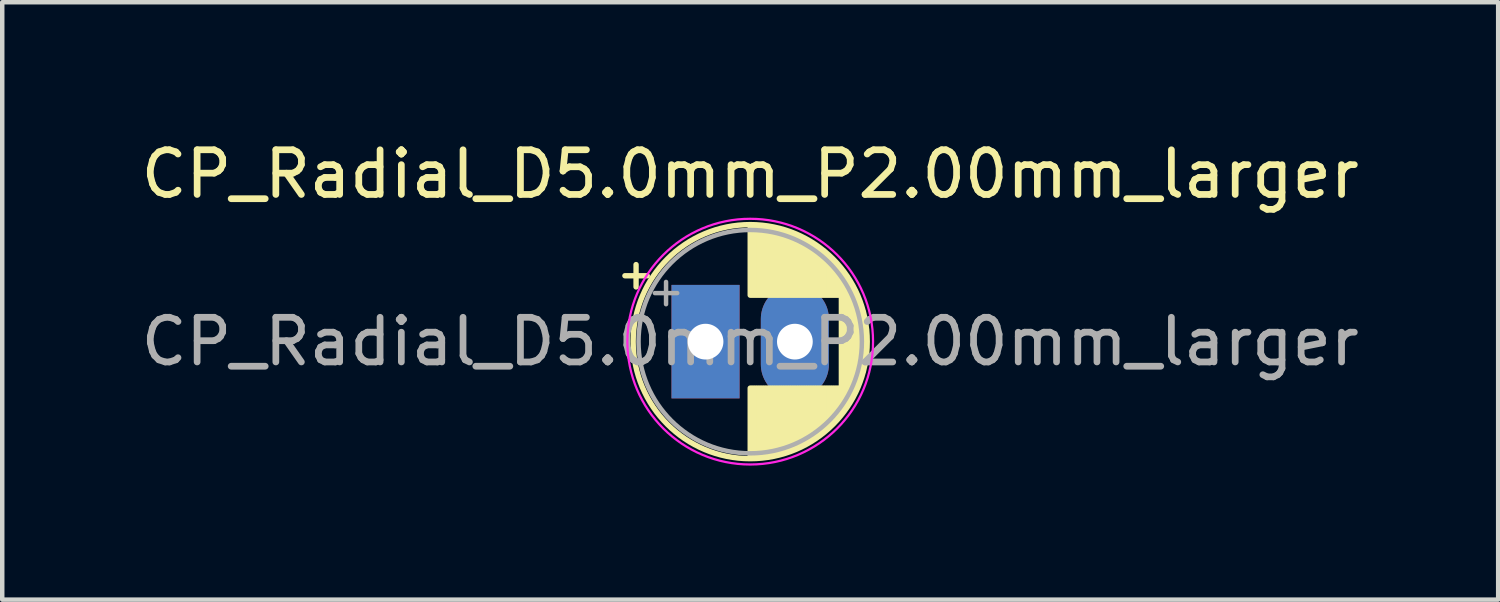
<source format=kicad_pcb>
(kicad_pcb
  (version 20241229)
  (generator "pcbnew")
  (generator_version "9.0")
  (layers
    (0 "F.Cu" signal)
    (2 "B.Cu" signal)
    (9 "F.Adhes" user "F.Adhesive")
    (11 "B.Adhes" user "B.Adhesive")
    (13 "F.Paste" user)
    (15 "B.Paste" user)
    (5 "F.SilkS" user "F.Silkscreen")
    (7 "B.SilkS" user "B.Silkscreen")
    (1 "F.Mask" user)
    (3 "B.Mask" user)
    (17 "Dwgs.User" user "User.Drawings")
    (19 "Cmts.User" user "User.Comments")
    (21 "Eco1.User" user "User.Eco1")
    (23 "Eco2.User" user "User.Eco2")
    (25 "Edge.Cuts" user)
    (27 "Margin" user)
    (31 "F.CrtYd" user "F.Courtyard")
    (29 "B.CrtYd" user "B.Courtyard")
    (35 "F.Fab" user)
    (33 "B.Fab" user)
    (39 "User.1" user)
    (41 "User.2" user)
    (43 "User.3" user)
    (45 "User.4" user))
  (footprint "CP_Radial_D5.0mm_P2.00mm_larger"
    (layer "F.Cu")
    (at 12.744 4.598)
    (property "Reference" "CP_Radial_D5.0mm_P2.00mm_larger" (at 1 -3.75 0) (layer "F.SilkS") (effects (font (size 1 1) (thickness 0.15))))
    (attr through_hole)
    (fp_line (start -1.805 -1.475) (end -1.305 -1.475) (stroke (width 0.12) (type solid)) (layer "F.SilkS"))
    (fp_line (start -1.555 -1.725) (end -1.555 -1.225) (stroke (width 0.12) (type solid)) (layer "F.SilkS"))
    (fp_line (start 1 -2.58) (end 1 -1.04) (stroke (width 0.12) (type solid)) (layer "F.SilkS"))
    (fp_line (start 1 1.04) (end 1 2.58) (stroke (width 0.12) (type solid)) (layer "F.SilkS"))
    (fp_line (start 1.04 -2.58) (end 1.04 -1.04) (stroke (width 0.12) (type solid)) (layer "F.SilkS"))
    (fp_line (start 1.04 1.04) (end 1.04 2.58) (stroke (width 0.12) (type solid)) (layer "F.SilkS"))
    (fp_line (start 1.08 -2.579) (end 1.08 -1.04) (stroke (width 0.12) (type solid)) (layer "F.SilkS"))
    (fp_line (start 1.08 1.04) (end 1.08 2.579) (stroke (width 0.12) (type solid)) (layer "F.SilkS"))
    (fp_line (start 1.12 -2.578) (end 1.12 -1.04) (stroke (width 0.12) (type solid)) (layer "F.SilkS"))
    (fp_line (start 1.12 1.04) (end 1.12 2.578) (stroke (width 0.12) (type solid)) (layer "F.SilkS"))
    (fp_line (start 1.16 -2.576) (end 1.16 -1.04) (stroke (width 0.12) (type solid)) (layer "F.SilkS"))
    (fp_line (start 1.16 1.04) (end 1.16 2.576) (stroke (width 0.12) (type solid)) (layer "F.SilkS"))
    (fp_line (start 1.2 -2.573) (end 1.2 -1.04) (stroke (width 0.12) (type solid)) (layer "F.SilkS"))
    (fp_line (start 1.2 1.04) (end 1.2 2.573) (stroke (width 0.12) (type solid)) (layer "F.SilkS"))
    (fp_line (start 1.24 -2.569) (end 1.24 -1.04) (stroke (width 0.12) (type solid)) (layer "F.SilkS"))
    (fp_line (start 1.24 1.04) (end 1.24 2.569) (stroke (width 0.12) (type solid)) (layer "F.SilkS"))
    (fp_line (start 1.28 -2.565) (end 1.28 -1.04) (stroke (width 0.12) (type solid)) (layer "F.SilkS"))
    (fp_line (start 1.28 1.04) (end 1.28 2.565) (stroke (width 0.12) (type solid)) (layer "F.SilkS"))
    (fp_line (start 1.32 -2.561) (end 1.32 -1.04) (stroke (width 0.12) (type solid)) (layer "F.SilkS"))
    (fp_line (start 1.32 1.04) (end 1.32 2.561) (stroke (width 0.12) (type solid)) (layer "F.SilkS"))
    (fp_line (start 1.36 -2.556) (end 1.36 -1.04) (stroke (width 0.12) (type solid)) (layer "F.SilkS"))
    (fp_line (start 1.36 1.04) (end 1.36 2.556) (stroke (width 0.12) (type solid)) (layer "F.SilkS"))
    (fp_line (start 1.4 -2.55) (end 1.4 -1.04) (stroke (width 0.12) (type solid)) (layer "F.SilkS"))
    (fp_line (start 1.4 1.04) (end 1.4 2.55) (stroke (width 0.12) (type solid)) (layer "F.SilkS"))
    (fp_line (start 1.44 -2.543) (end 1.44 -1.04) (stroke (width 0.12) (type solid)) (layer "F.SilkS"))
    (fp_line (start 1.44 1.04) (end 1.44 2.543) (stroke (width 0.12) (type solid)) (layer "F.SilkS"))
    (fp_line (start 1.48 -2.536) (end 1.48 -1.04) (stroke (width 0.12) (type solid)) (layer "F.SilkS"))
    (fp_line (start 1.48 1.04) (end 1.48 2.536) (stroke (width 0.12) (type solid)) (layer "F.SilkS"))
    (fp_line (start 1.52 -2.528) (end 1.52 -1.04) (stroke (width 0.12) (type solid)) (layer "F.SilkS"))
    (fp_line (start 1.52 1.04) (end 1.52 2.528) (stroke (width 0.12) (type solid)) (layer "F.SilkS"))
    (fp_line (start 1.56 -2.52) (end 1.56 -1.04) (stroke (width 0.12) (type solid)) (layer "F.SilkS"))
    (fp_line (start 1.56 1.04) (end 1.56 2.52) (stroke (width 0.12) (type solid)) (layer "F.SilkS"))
    (fp_line (start 1.6 -2.511) (end 1.6 -1.04) (stroke (width 0.12) (type solid)) (layer "F.SilkS"))
    (fp_line (start 1.6 1.04) (end 1.6 2.511) (stroke (width 0.12) (type solid)) (layer "F.SilkS"))
    (fp_line (start 1.64 -2.501) (end 1.64 -1.04) (stroke (width 0.12) (type solid)) (layer "F.SilkS"))
    (fp_line (start 1.64 1.04) (end 1.64 2.501) (stroke (width 0.12) (type solid)) (layer "F.SilkS"))
    (fp_line (start 1.68 -2.491) (end 1.68 -1.04) (stroke (width 0.12) (type solid)) (layer "F.SilkS"))
    (fp_line (start 1.68 1.04) (end 1.68 2.491) (stroke (width 0.12) (type solid)) (layer "F.SilkS"))
    (fp_line (start 1.721 -2.48) (end 1.721 -1.04) (stroke (width 0.12) (type solid)) (layer "F.SilkS"))
    (fp_line (start 1.721 1.04) (end 1.721 2.48) (stroke (width 0.12) (type solid)) (layer "F.SilkS"))
    (fp_line (start 1.761 -2.468) (end 1.761 -1.04) (stroke (width 0.12) (type solid)) (layer "F.SilkS"))
    (fp_line (start 1.761 1.04) (end 1.761 2.468) (stroke (width 0.12) (type solid)) (layer "F.SilkS"))
    (fp_line (start 1.801 -2.455) (end 1.801 -1.04) (stroke (width 0.12) (type solid)) (layer "F.SilkS"))
    (fp_line (start 1.801 1.04) (end 1.801 2.455) (stroke (width 0.12) (type solid)) (layer "F.SilkS"))
    (fp_line (start 1.841 -2.442) (end 1.841 -1.04) (stroke (width 0.12) (type solid)) (layer "F.SilkS"))
    (fp_line (start 1.841 1.04) (end 1.841 2.442) (stroke (width 0.12) (type solid)) (layer "F.SilkS"))
    (fp_line (start 1.881 -2.428) (end 1.881 -1.04) (stroke (width 0.12) (type solid)) (layer "F.SilkS"))
    (fp_line (start 1.881 1.04) (end 1.881 2.428) (stroke (width 0.12) (type solid)) (layer "F.SilkS"))
    (fp_line (start 1.921 -2.414) (end 1.921 -1.04) (stroke (width 0.12) (type solid)) (layer "F.SilkS"))
    (fp_line (start 1.921 1.04) (end 1.921 2.414) (stroke (width 0.12) (type solid)) (layer "F.SilkS"))
    (fp_line (start 1.961 -2.398) (end 1.961 -1.04) (stroke (width 0.12) (type solid)) (layer "F.SilkS"))
    (fp_line (start 1.961 1.04) (end 1.961 2.398) (stroke (width 0.12) (type solid)) (layer "F.SilkS"))
    (fp_line (start 2.001 -2.382) (end 2.001 -1.04) (stroke (width 0.12) (type solid)) (layer "F.SilkS"))
    (fp_line (start 2.001 1.04) (end 2.001 2.382) (stroke (width 0.12) (type solid)) (layer "F.SilkS"))
    (fp_line (start 2.041 -2.365) (end 2.041 -1.04) (stroke (width 0.12) (type solid)) (layer "F.SilkS"))
    (fp_line (start 2.041 1.04) (end 2.041 2.365) (stroke (width 0.12) (type solid)) (layer "F.SilkS"))
    (fp_line (start 2.081 -2.348) (end 2.081 -1.04) (stroke (width 0.12) (type solid)) (layer "F.SilkS"))
    (fp_line (start 2.081 1.04) (end 2.081 2.348) (stroke (width 0.12) (type solid)) (layer "F.SilkS"))
    (fp_line (start 2.121 -2.329) (end 2.121 -1.04) (stroke (width 0.12) (type solid)) (layer "F.SilkS"))
    (fp_line (start 2.121 1.04) (end 2.121 2.329) (stroke (width 0.12) (type solid)) (layer "F.SilkS"))
    (fp_line (start 2.161 -2.31) (end 2.161 -1.04) (stroke (width 0.12) (type solid)) (layer "F.SilkS"))
    (fp_line (start 2.161 1.04) (end 2.161 2.31) (stroke (width 0.12) (type solid)) (layer "F.SilkS"))
    (fp_line (start 2.201 -2.29) (end 2.201 -1.04) (stroke (width 0.12) (type solid)) (layer "F.SilkS"))
    (fp_line (start 2.201 1.04) (end 2.201 2.29) (stroke (width 0.12) (type solid)) (layer "F.SilkS"))
    (fp_line (start 2.241 -2.268) (end 2.241 -1.04) (stroke (width 0.12) (type solid)) (layer "F.SilkS"))
    (fp_line (start 2.241 1.04) (end 2.241 2.268) (stroke (width 0.12) (type solid)) (layer "F.SilkS"))
    (fp_line (start 2.281 -2.247) (end 2.281 -1.04) (stroke (width 0.12) (type solid)) (layer "F.SilkS"))
    (fp_line (start 2.281 1.04) (end 2.281 2.247) (stroke (width 0.12) (type solid)) (layer "F.SilkS"))
    (fp_line (start 2.321 -2.224) (end 2.321 -1.04) (stroke (width 0.12) (type solid)) (layer "F.SilkS"))
    (fp_line (start 2.321 1.04) (end 2.321 2.224) (stroke (width 0.12) (type solid)) (layer "F.SilkS"))
    (fp_line (start 2.361 -2.2) (end 2.361 -1.04) (stroke (width 0.12) (type solid)) (layer "F.SilkS"))
    (fp_line (start 2.361 1.04) (end 2.361 2.2) (stroke (width 0.12) (type solid)) (layer "F.SilkS"))
    (fp_line (start 2.401 -2.175) (end 2.401 -1.04) (stroke (width 0.12) (type solid)) (layer "F.SilkS"))
    (fp_line (start 2.401 1.04) (end 2.401 2.175) (stroke (width 0.12) (type solid)) (layer "F.SilkS"))
    (fp_line (start 2.441 -2.149) (end 2.441 -1.04) (stroke (width 0.12) (type solid)) (layer "F.SilkS"))
    (fp_line (start 2.441 1.04) (end 2.441 2.149) (stroke (width 0.12) (type solid)) (layer "F.SilkS"))
    (fp_line (start 2.481 -2.122) (end 2.481 -1.04) (stroke (width 0.12) (type solid)) (layer "F.SilkS"))
    (fp_line (start 2.481 1.04) (end 2.481 2.122) (stroke (width 0.12) (type solid)) (layer "F.SilkS"))
    (fp_line (start 2.521 -2.095) (end 2.521 -1.04) (stroke (width 0.12) (type solid)) (layer "F.SilkS"))
    (fp_line (start 2.521 1.04) (end 2.521 2.095) (stroke (width 0.12) (type solid)) (layer "F.SilkS"))
    (fp_line (start 2.561 -2.065) (end 2.561 -1.04) (stroke (width 0.12) (type solid)) (layer "F.SilkS"))
    (fp_line (start 2.561 1.04) (end 2.561 2.065) (stroke (width 0.12) (type solid)) (layer "F.SilkS"))
    (fp_line (start 2.601 -2.035) (end 2.601 -1.04) (stroke (width 0.12) (type solid)) (layer "F.SilkS"))
    (fp_line (start 2.601 1.04) (end 2.601 2.035) (stroke (width 0.12) (type solid)) (layer "F.SilkS"))
    (fp_line (start 2.641 -2.004) (end 2.641 -1.04) (stroke (width 0.12) (type solid)) (layer "F.SilkS"))
    (fp_line (start 2.641 1.04) (end 2.641 2.004) (stroke (width 0.12) (type solid)) (layer "F.SilkS"))
    (fp_line (start 2.681 -1.971) (end 2.681 -1.04) (stroke (width 0.12) (type solid)) (layer "F.SilkS"))
    (fp_line (start 2.681 1.04) (end 2.681 1.971) (stroke (width 0.12) (type solid)) (layer "F.SilkS"))
    (fp_line (start 2.721 -1.937) (end 2.721 -1.04) (stroke (width 0.12) (type solid)) (layer "F.SilkS"))
    (fp_line (start 2.721 1.04) (end 2.721 1.937) (stroke (width 0.12) (type solid)) (layer "F.SilkS"))
    (fp_line (start 2.761 -1.901) (end 2.761 -1.04) (stroke (width 0.12) (type solid)) (layer "F.SilkS"))
    (fp_line (start 2.761 1.04) (end 2.761 1.901) (stroke (width 0.12) (type solid)) (layer "F.SilkS"))
    (fp_line (start 2.801 -1.864) (end 2.801 -1.04) (stroke (width 0.12) (type solid)) (layer "F.SilkS"))
    (fp_line (start 2.801 1.04) (end 2.801 1.864) (stroke (width 0.12) (type solid)) (layer "F.SilkS"))
    (fp_line (start 2.841 -1.826) (end 2.841 -1.04) (stroke (width 0.12) (type solid)) (layer "F.SilkS"))
    (fp_line (start 2.841 1.04) (end 2.841 1.826) (stroke (width 0.12) (type solid)) (layer "F.SilkS"))
    (fp_line (start 2.881 -1.785) (end 2.881 -1.04) (stroke (width 0.12) (type solid)) (layer "F.SilkS"))
    (fp_line (start 2.881 1.04) (end 2.881 1.785) (stroke (width 0.12) (type solid)) (layer "F.SilkS"))
    (fp_line (start 2.921 -1.743) (end 2.921 -1.04) (stroke (width 0.12) (type solid)) (layer "F.SilkS"))
    (fp_line (start 2.921 1.04) (end 2.921 1.743) (stroke (width 0.12) (type solid)) (layer "F.SilkS"))
    (fp_line (start 2.961 -1.699) (end 2.961 -1.04) (stroke (width 0.12) (type solid)) (layer "F.SilkS"))
    (fp_line (start 2.961 1.04) (end 2.961 1.699) (stroke (width 0.12) (type solid)) (layer "F.SilkS"))
    (fp_line (start 3.001 -1.653) (end 3.001 -1.04) (stroke (width 0.12) (type solid)) (layer "F.SilkS"))
    (fp_line (start 3.001 1.04) (end 3.001 1.653) (stroke (width 0.12) (type solid)) (layer "F.SilkS"))
    (fp_line (start 3.041 -1.605) (end 3.041 1.605) (stroke (width 0.12) (type solid)) (layer "F.SilkS"))
    (fp_line (start 3.081 -1.554) (end 3.081 1.554) (stroke (width 0.12) (type solid)) (layer "F.SilkS"))
    (fp_line (start 3.121 -1.5) (end 3.121 1.5) (stroke (width 0.12) (type solid)) (layer "F.SilkS"))
    (fp_line (start 3.161 -1.443) (end 3.161 1.443) (stroke (width 0.12) (type solid)) (layer "F.SilkS"))
    (fp_line (start 3.201 -1.383) (end 3.201 1.383) (stroke (width 0.12) (type solid)) (layer "F.SilkS"))
    (fp_line (start 3.241 -1.319) (end 3.241 1.319) (stroke (width 0.12) (type solid)) (layer "F.SilkS"))
    (fp_line (start 3.281 -1.251) (end 3.281 1.251) (stroke (width 0.12) (type solid)) (layer "F.SilkS"))
    (fp_line (start 3.321 -1.178) (end 3.321 1.178) (stroke (width 0.12) (type solid)) (layer "F.SilkS"))
    (fp_line (start 3.361 -1.098) (end 3.361 1.098) (stroke (width 0.12) (type solid)) (layer "F.SilkS"))
    (fp_line (start 3.401 -1.011) (end 3.401 1.011) (stroke (width 0.12) (type solid)) (layer "F.SilkS"))
    (fp_line (start 3.441 -0.915) (end 3.441 0.915) (stroke (width 0.12) (type solid)) (layer "F.SilkS"))
    (fp_line (start 3.481 -0.805) (end 3.481 0.805) (stroke (width 0.12) (type solid)) (layer "F.SilkS"))
    (fp_line (start 3.521 -0.677) (end 3.521 0.677) (stroke (width 0.12) (type solid)) (layer "F.SilkS"))
    (fp_line (start 3.561 -0.518) (end 3.561 0.518) (stroke (width 0.12) (type solid)) (layer "F.SilkS"))
    (fp_line (start 3.601 -0.284) (end 3.601 0.284) (stroke (width 0.12) (type solid)) (layer "F.SilkS"))
    (fp_circle (center 1 0) (end 3.62 0) (stroke (width 0.12) (type solid)) (fill no) (layer "F.SilkS"))
    (fp_circle (center 1 0) (end 3.75 0) (stroke (width 0.05) (type solid)) (fill no) (layer "F.CrtYd"))
    (fp_line (start -1.134 -1.087) (end -0.634 -1.087) (stroke (width 0.1) (type solid)) (layer "F.Fab"))
    (fp_line (start -0.884 -1.337) (end -0.884 -0.838) (stroke (width 0.1) (type solid)) (layer "F.Fab"))
    (fp_circle (center 1 0) (end 3.5 0) (stroke (width 0.1) (type solid)) (fill no) (layer "F.Fab"))
    (fp_text user "${REFERENCE}" (at 1 0 0) (layer "F.Fab") (effects (font (size 1 1) (thickness 0.15))))
    (pad "1" thru_hole rect (at 0 0) (size 1.524 2.54) (drill 0.8) (layers "*.Cu" "*.Mask"))
    (pad "2" thru_hole oval (at 2 0) (size 1.524 2.54) (drill 0.8) (layers "*.Cu" "*.Mask")))
  (gr_rect
    (start -3 -3)
    (end 30.488 10.373)
    (stroke (width 0.1) (type default))
    (fill no)
    (layer "Edge.Cuts")))
</source>
